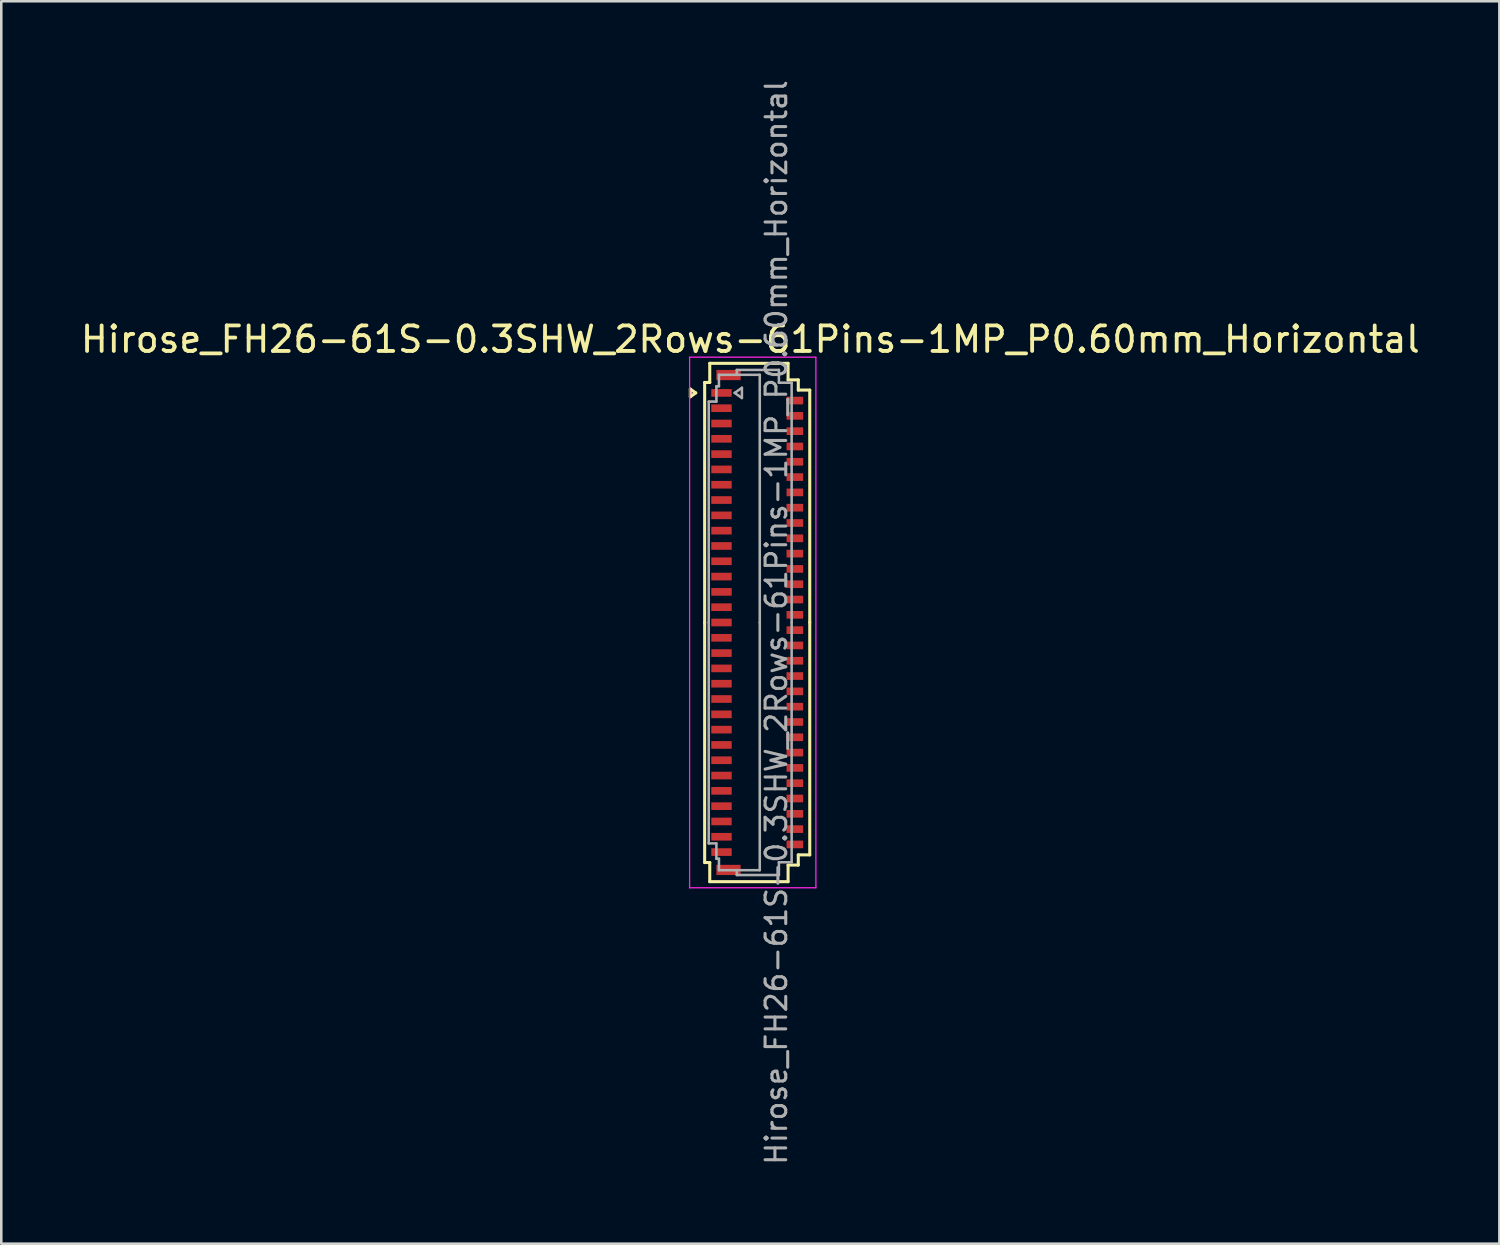
<source format=kicad_pcb>
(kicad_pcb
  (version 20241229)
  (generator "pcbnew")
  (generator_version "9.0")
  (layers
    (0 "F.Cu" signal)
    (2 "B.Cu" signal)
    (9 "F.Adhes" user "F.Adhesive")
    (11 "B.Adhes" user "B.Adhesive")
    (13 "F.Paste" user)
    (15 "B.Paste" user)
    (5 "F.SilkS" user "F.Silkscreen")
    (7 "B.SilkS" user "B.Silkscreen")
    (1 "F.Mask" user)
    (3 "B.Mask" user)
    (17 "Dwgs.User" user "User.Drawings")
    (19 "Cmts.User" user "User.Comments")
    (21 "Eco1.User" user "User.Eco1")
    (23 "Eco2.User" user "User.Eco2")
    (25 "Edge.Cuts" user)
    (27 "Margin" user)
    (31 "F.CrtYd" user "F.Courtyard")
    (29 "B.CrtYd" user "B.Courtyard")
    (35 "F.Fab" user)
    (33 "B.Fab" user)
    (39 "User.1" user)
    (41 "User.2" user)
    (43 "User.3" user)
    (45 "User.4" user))
  (footprint "Hirose_FH26-61S-0.3SHW_2Rows-61Pins-1MP_P0.60mm_Horizontal"
    (layer "F.Cu")
    (at 26.633 21.352)
    (property "Reference" "Hirose_FH26-61S-0.3SHW_2Rows-61Pins-1MP_P0.60mm_Horizontal" (at -0.27 -11.1 0) (layer "F.SilkS") (effects (font (size 1 1) (thickness 0.15))))
    (attr smd)
    (fp_line (start -2.622 -9.15) (end -2.41 -9) (stroke (width 0.12) (type solid)) (layer "F.SilkS"))
    (fp_line (start -2.622 -8.85) (end -2.622 -9.15) (stroke (width 0.12) (type solid)) (layer "F.SilkS"))
    (fp_line (start -2.41 -9) (end -2.622 -8.85) (stroke (width 0.12) (type solid)) (layer "F.SilkS"))
    (fp_line (start -2.06 -9.41) (end -2.06 0) (stroke (width 0.12) (type solid)) (layer "F.SilkS"))
    (fp_line (start -2.06 9.41) (end -2.06 0) (stroke (width 0.12) (type solid)) (layer "F.SilkS"))
    (fp_line (start -1.86 -10.16) (end -1.86 -9.41) (stroke (width 0.12) (type solid)) (layer "F.SilkS"))
    (fp_line (start -1.86 -9.41) (end -2.06 -9.41) (stroke (width 0.12) (type solid)) (layer "F.SilkS"))
    (fp_line (start -1.86 9.41) (end -2.06 9.41) (stroke (width 0.12) (type solid)) (layer "F.SilkS"))
    (fp_line (start -1.86 10.16) (end -1.86 9.41) (stroke (width 0.12) (type solid)) (layer "F.SilkS"))
    (fp_line (start 1.21 -10.16) (end -1.86 -10.16) (stroke (width 0.12) (type solid)) (layer "F.SilkS"))
    (fp_line (start 1.21 -9.51) (end 1.21 -10.16) (stroke (width 0.12) (type solid)) (layer "F.SilkS"))
    (fp_line (start 1.21 9.51) (end 1.21 10.16) (stroke (width 0.12) (type solid)) (layer "F.SilkS"))
    (fp_line (start 1.21 10.16) (end -1.86 10.16) (stroke (width 0.12) (type solid)) (layer "F.SilkS"))
    (fp_line (start 1.61 -9.51) (end 1.21 -9.51) (stroke (width 0.12) (type solid)) (layer "F.SilkS"))
    (fp_line (start 1.61 -9.11) (end 1.61 -9.51) (stroke (width 0.12) (type solid)) (layer "F.SilkS"))
    (fp_line (start 1.61 9.11) (end 1.61 9.51) (stroke (width 0.12) (type solid)) (layer "F.SilkS"))
    (fp_line (start 1.61 9.51) (end 1.21 9.51) (stroke (width 0.12) (type solid)) (layer "F.SilkS"))
    (fp_line (start 2.06 -9.11) (end 1.61 -9.11) (stroke (width 0.12) (type solid)) (layer "F.SilkS"))
    (fp_line (start 2.06 0) (end 2.06 -9.11) (stroke (width 0.12) (type solid)) (layer "F.SilkS"))
    (fp_line (start 2.06 0) (end 2.06 9.11) (stroke (width 0.12) (type solid)) (layer "F.SilkS"))
    (fp_line (start 2.06 9.11) (end 1.61 9.11) (stroke (width 0.12) (type solid)) (layer "F.SilkS"))
    (fp_line (start -2.65 -10.4) (end -2.65 10.4) (stroke (width 0.05) (type solid)) (layer "F.CrtYd"))
    (fp_line (start -2.65 10.4) (end 2.3 10.4) (stroke (width 0.05) (type solid)) (layer "F.CrtYd"))
    (fp_line (start 2.3 -10.4) (end -2.65 -10.4) (stroke (width 0.05) (type solid)) (layer "F.CrtYd"))
    (fp_line (start 2.3 10.4) (end 2.3 -10.4) (stroke (width 0.05) (type solid)) (layer "F.CrtYd"))
    (fp_line (start -1.9 -8.66) (end -1.6 -8.66) (stroke (width 0.1) (type solid)) (layer "F.Fab"))
    (fp_line (start -1.9 0) (end -1.9 -8.66) (stroke (width 0.1) (type solid)) (layer "F.Fab"))
    (fp_line (start -1.9 0) (end -1.9 8.66) (stroke (width 0.1) (type solid)) (layer "F.Fab"))
    (fp_line (start -1.9 8.66) (end -1.6 8.66) (stroke (width 0.1) (type solid)) (layer "F.Fab"))
    (fp_line (start -1.6 -9.26) (end -1.5 -9.26) (stroke (width 0.1) (type solid)) (layer "F.Fab"))
    (fp_line (start -1.6 -8.66) (end -1.6 -9.26) (stroke (width 0.1) (type solid)) (layer "F.Fab"))
    (fp_line (start -1.6 8.66) (end -1.6 9.26) (stroke (width 0.1) (type solid)) (layer "F.Fab"))
    (fp_line (start -1.6 9.26) (end -1.5 9.26) (stroke (width 0.1) (type solid)) (layer "F.Fab"))
    (fp_line (start -1.5 -9.71) (end -0.8 -9.71) (stroke (width 0.1) (type solid)) (layer "F.Fab"))
    (fp_line (start -1.5 -9.26) (end -1.5 -9.71) (stroke (width 0.1) (type solid)) (layer "F.Fab"))
    (fp_line (start -1.5 9.26) (end -1.5 9.71) (stroke (width 0.1) (type solid)) (layer "F.Fab"))
    (fp_line (start -1.5 9.71) (end -0.8 9.71) (stroke (width 0.1) (type solid)) (layer "F.Fab"))
    (fp_line (start -0.883 -9) (end -0.6 -8.8) (stroke (width 0.1) (type solid)) (layer "F.Fab"))
    (fp_line (start -0.8 -9.9) (end 0.85 -9.9) (stroke (width 0.1) (type solid)) (layer "F.Fab"))
    (fp_line (start -0.8 -9.71) (end -0.8 -9.9) (stroke (width 0.1) (type solid)) (layer "F.Fab"))
    (fp_line (start -0.8 9.71) (end -0.8 9.9) (stroke (width 0.1) (type solid)) (layer "F.Fab"))
    (fp_line (start -0.8 9.9) (end 0.85 9.9) (stroke (width 0.1) (type solid)) (layer "F.Fab"))
    (fp_line (start -0.6 -9.2) (end -0.883 -9) (stroke (width 0.1) (type solid)) (layer "F.Fab"))
    (fp_line (start -0.6 -8.8) (end -0.6 -9.2) (stroke (width 0.1) (type solid)) (layer "F.Fab"))
    (fp_line (start 0.1 -9.71) (end -0.8 -9.71) (stroke (width 0.1) (type solid)) (layer "F.Fab"))
    (fp_line (start 0.1 0) (end 0.1 -9.71) (stroke (width 0.1) (type solid)) (layer "F.Fab"))
    (fp_line (start 0.1 0) (end 0.1 9.71) (stroke (width 0.1) (type solid)) (layer "F.Fab"))
    (fp_line (start 0.1 9.71) (end -0.8 9.71) (stroke (width 0.1) (type solid)) (layer "F.Fab"))
    (fp_line (start 0.85 -9.9) (end 0.85 -9.4) (stroke (width 0.1) (type solid)) (layer "F.Fab"))
    (fp_line (start 0.85 -9.4) (end 1.35 -9.4) (stroke (width 0.1) (type solid)) (layer "F.Fab"))
    (fp_line (start 0.85 9.4) (end 1.35 9.4) (stroke (width 0.1) (type solid)) (layer "F.Fab"))
    (fp_line (start 0.85 9.9) (end 0.85 9.4) (stroke (width 0.1) (type solid)) (layer "F.Fab"))
    (fp_line (start 1.35 -9.4) (end 1.35 0) (stroke (width 0.1) (type solid)) (layer "F.Fab"))
    (fp_line (start 1.35 9.4) (end 1.35 0) (stroke (width 0.1) (type solid)) (layer "F.Fab"))
    (fp_text user "${REFERENCE}" (at 0.75 0 90) (layer "F.Fab") (effects (font (size 0.81 0.81) (thickness 0.12))))
    (pad "1" smd rect (at -1.4 -9) (size 0.8 0.3) (layers "F.Cu" "F.Mask" "F.Paste"))
    (pad "2" smd rect (at 1.475 -8.7) (size 0.65 0.3) (layers "F.Cu" "F.Mask" "F.Paste"))
    (pad "3" smd rect (at -1.4 -8.4) (size 0.8 0.3) (layers "F.Cu" "F.Mask" "F.Paste"))
    (pad "4" smd rect (at 1.475 -8.1) (size 0.65 0.3) (layers "F.Cu" "F.Mask" "F.Paste"))
    (pad "5" smd rect (at -1.4 -7.8) (size 0.8 0.3) (layers "F.Cu" "F.Mask" "F.Paste"))
    (pad "6" smd rect (at 1.475 -7.5) (size 0.65 0.3) (layers "F.Cu" "F.Mask" "F.Paste"))
    (pad "7" smd rect (at -1.4 -7.2) (size 0.8 0.3) (layers "F.Cu" "F.Mask" "F.Paste"))
    (pad "8" smd rect (at 1.475 -6.9) (size 0.65 0.3) (layers "F.Cu" "F.Mask" "F.Paste"))
    (pad "9" smd rect (at -1.4 -6.6) (size 0.8 0.3) (layers "F.Cu" "F.Mask" "F.Paste"))
    (pad "10" smd rect (at 1.475 -6.3) (size 0.65 0.3) (layers "F.Cu" "F.Mask" "F.Paste"))
    (pad "11" smd rect (at -1.4 -6) (size 0.8 0.3) (layers "F.Cu" "F.Mask" "F.Paste"))
    (pad "12" smd rect (at 1.475 -5.7) (size 0.65 0.3) (layers "F.Cu" "F.Mask" "F.Paste"))
    (pad "13" smd rect (at -1.4 -5.4) (size 0.8 0.3) (layers "F.Cu" "F.Mask" "F.Paste"))
    (pad "14" smd rect (at 1.475 -5.1) (size 0.65 0.3) (layers "F.Cu" "F.Mask" "F.Paste"))
    (pad "15" smd rect (at -1.4 -4.8) (size 0.8 0.3) (layers "F.Cu" "F.Mask" "F.Paste"))
    (pad "16" smd rect (at 1.475 -4.5) (size 0.65 0.3) (layers "F.Cu" "F.Mask" "F.Paste"))
    (pad "17" smd rect (at -1.4 -4.2) (size 0.8 0.3) (layers "F.Cu" "F.Mask" "F.Paste"))
    (pad "18" smd rect (at 1.475 -3.9) (size 0.65 0.3) (layers "F.Cu" "F.Mask" "F.Paste"))
    (pad "19" smd rect (at -1.4 -3.6) (size 0.8 0.3) (layers "F.Cu" "F.Mask" "F.Paste"))
    (pad "20" smd rect (at 1.475 -3.3) (size 0.65 0.3) (layers "F.Cu" "F.Mask" "F.Paste"))
    (pad "21" smd rect (at -1.4 -3) (size 0.8 0.3) (layers "F.Cu" "F.Mask" "F.Paste"))
    (pad "22" smd rect (at 1.475 -2.7) (size 0.65 0.3) (layers "F.Cu" "F.Mask" "F.Paste"))
    (pad "23" smd rect (at -1.4 -2.4) (size 0.8 0.3) (layers "F.Cu" "F.Mask" "F.Paste"))
    (pad "24" smd rect (at 1.475 -2.1) (size 0.65 0.3) (layers "F.Cu" "F.Mask" "F.Paste"))
    (pad "25" smd rect (at -1.4 -1.8) (size 0.8 0.3) (layers "F.Cu" "F.Mask" "F.Paste"))
    (pad "26" smd rect (at 1.475 -1.5) (size 0.65 0.3) (layers "F.Cu" "F.Mask" "F.Paste"))
    (pad "27" smd rect (at -1.4 -1.2) (size 0.8 0.3) (layers "F.Cu" "F.Mask" "F.Paste"))
    (pad "28" smd rect (at 1.475 -0.9) (size 0.65 0.3) (layers "F.Cu" "F.Mask" "F.Paste"))
    (pad "29" smd rect (at -1.4 -0.6) (size 0.8 0.3) (layers "F.Cu" "F.Mask" "F.Paste"))
    (pad "30" smd rect (at 1.475 -0.3) (size 0.65 0.3) (layers "F.Cu" "F.Mask" "F.Paste"))
    (pad "31" smd rect (at -1.4 0) (size 0.8 0.3) (layers "F.Cu" "F.Mask" "F.Paste"))
    (pad "32" smd rect (at 1.475 0.3) (size 0.65 0.3) (layers "F.Cu" "F.Mask" "F.Paste"))
    (pad "33" smd rect (at -1.4 0.6) (size 0.8 0.3) (layers "F.Cu" "F.Mask" "F.Paste"))
    (pad "34" smd rect (at 1.475 0.9) (size 0.65 0.3) (layers "F.Cu" "F.Mask" "F.Paste"))
    (pad "35" smd rect (at -1.4 1.2) (size 0.8 0.3) (layers "F.Cu" "F.Mask" "F.Paste"))
    (pad "36" smd rect (at 1.475 1.5) (size 0.65 0.3) (layers "F.Cu" "F.Mask" "F.Paste"))
    (pad "37" smd rect (at -1.4 1.8) (size 0.8 0.3) (layers "F.Cu" "F.Mask" "F.Paste"))
    (pad "38" smd rect (at 1.475 2.1) (size 0.65 0.3) (layers "F.Cu" "F.Mask" "F.Paste"))
    (pad "39" smd rect (at -1.4 2.4) (size 0.8 0.3) (layers "F.Cu" "F.Mask" "F.Paste"))
    (pad "40" smd rect (at 1.475 2.7) (size 0.65 0.3) (layers "F.Cu" "F.Mask" "F.Paste"))
    (pad "41" smd rect (at -1.4 3) (size 0.8 0.3) (layers "F.Cu" "F.Mask" "F.Paste"))
    (pad "42" smd rect (at 1.475 3.3) (size 0.65 0.3) (layers "F.Cu" "F.Mask" "F.Paste"))
    (pad "43" smd rect (at -1.4 3.6) (size 0.8 0.3) (layers "F.Cu" "F.Mask" "F.Paste"))
    (pad "44" smd rect (at 1.475 3.9) (size 0.65 0.3) (layers "F.Cu" "F.Mask" "F.Paste"))
    (pad "45" smd rect (at -1.4 4.2) (size 0.8 0.3) (layers "F.Cu" "F.Mask" "F.Paste"))
    (pad "46" smd rect (at 1.475 4.5) (size 0.65 0.3) (layers "F.Cu" "F.Mask" "F.Paste"))
    (pad "47" smd rect (at -1.4 4.8) (size 0.8 0.3) (layers "F.Cu" "F.Mask" "F.Paste"))
    (pad "48" smd rect (at 1.475 5.1) (size 0.65 0.3) (layers "F.Cu" "F.Mask" "F.Paste"))
    (pad "49" smd rect (at -1.4 5.4) (size 0.8 0.3) (layers "F.Cu" "F.Mask" "F.Paste"))
    (pad "50" smd rect (at 1.475 5.7) (size 0.65 0.3) (layers "F.Cu" "F.Mask" "F.Paste"))
    (pad "51" smd rect (at -1.4 6) (size 0.8 0.3) (layers "F.Cu" "F.Mask" "F.Paste"))
    (pad "52" smd rect (at 1.475 6.3) (size 0.65 0.3) (layers "F.Cu" "F.Mask" "F.Paste"))
    (pad "53" smd rect (at -1.4 6.6) (size 0.8 0.3) (layers "F.Cu" "F.Mask" "F.Paste"))
    (pad "54" smd rect (at 1.475 6.9) (size 0.65 0.3) (layers "F.Cu" "F.Mask" "F.Paste"))
    (pad "55" smd rect (at -1.4 7.2) (size 0.8 0.3) (layers "F.Cu" "F.Mask" "F.Paste"))
    (pad "56" smd rect (at 1.475 7.5) (size 0.65 0.3) (layers "F.Cu" "F.Mask" "F.Paste"))
    (pad "57" smd rect (at -1.4 7.8) (size 0.8 0.3) (layers "F.Cu" "F.Mask" "F.Paste"))
    (pad "58" smd rect (at 1.475 8.1) (size 0.65 0.3) (layers "F.Cu" "F.Mask" "F.Paste"))
    (pad "59" smd rect (at -1.4 8.4) (size 0.8 0.3) (layers "F.Cu" "F.Mask" "F.Paste"))
    (pad "60" smd rect (at 1.475 8.7) (size 0.65 0.3) (layers "F.Cu" "F.Mask" "F.Paste"))
    (pad "61" smd rect (at -1.4 9) (size 0.8 0.3) (layers "F.Cu" "F.Mask" "F.Paste"))
    (pad "MP" smd rect (at -1.125 -9.7) (size 0.95 0.4) (layers "F.Cu" "F.Mask" "F.Paste"))
    (pad "MP" smd rect (at -1.125 9.7) (size 0.95 0.4) (layers "F.Cu" "F.Mask" "F.Paste")))
  (gr_rect
    (start -3 -3)
    (end 55.726 45.704)
    (stroke (width 0.1) (type default))
    (fill no)
    (layer "Edge.Cuts")))
</source>
